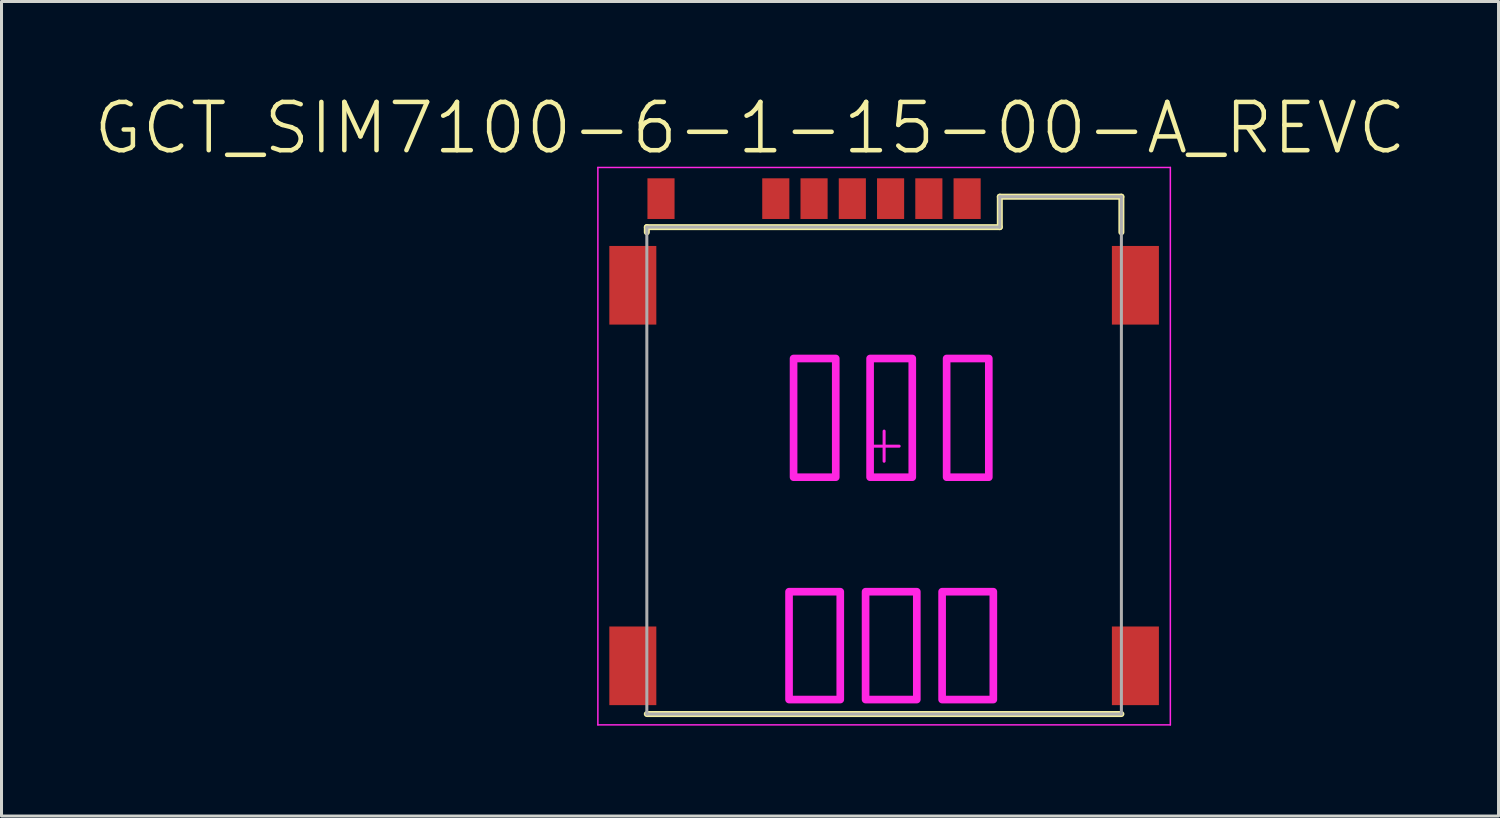
<source format=kicad_pcb>
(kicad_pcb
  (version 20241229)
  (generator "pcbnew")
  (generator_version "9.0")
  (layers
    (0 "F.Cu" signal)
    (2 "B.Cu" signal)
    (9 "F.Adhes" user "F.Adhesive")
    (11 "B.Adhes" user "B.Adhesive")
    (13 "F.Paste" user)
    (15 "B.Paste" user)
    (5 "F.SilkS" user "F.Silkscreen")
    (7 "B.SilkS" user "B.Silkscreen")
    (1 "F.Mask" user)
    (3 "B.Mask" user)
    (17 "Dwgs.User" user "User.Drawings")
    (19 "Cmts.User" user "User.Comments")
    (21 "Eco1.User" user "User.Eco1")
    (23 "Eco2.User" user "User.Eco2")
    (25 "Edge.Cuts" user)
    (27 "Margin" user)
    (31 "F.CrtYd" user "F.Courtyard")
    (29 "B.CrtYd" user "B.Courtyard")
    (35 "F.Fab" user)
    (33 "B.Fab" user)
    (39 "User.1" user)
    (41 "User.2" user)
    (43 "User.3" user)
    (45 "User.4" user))
  (footprint "GCT_SIM7100-6-1-15-00-A_REVC"
    (layer "F.Cu")
    (at 26.293 11.758)
    (property "Reference" "GCT_SIM7100-6-1-15-00-A_REVC" (at -4.45 -10.557 0) (layer "F.SilkS") (effects (font (size 1.602 1.602) (thickness 0.15))))
    (attr smd)
    (fp_line (start -7.875 -7.27) (end 3.84 -7.27) (stroke (width 0.2) (type solid)) (layer "F.SilkS"))
    (fp_line (start -7.875 -7.1) (end -7.875 -7.27) (stroke (width 0.2) (type solid)) (layer "F.SilkS"))
    (fp_line (start -7.875 8.89) (end 7.875 8.89) (stroke (width 0.2) (type solid)) (layer "F.SilkS"))
    (fp_line (start 3.84 -8.28) (end 7.875 -8.28) (stroke (width 0.2) (type solid)) (layer "F.SilkS"))
    (fp_line (start 3.84 -7.27) (end 3.84 -8.28) (stroke (width 0.2) (type solid)) (layer "F.SilkS"))
    (fp_line (start 7.875 -7.1) (end 7.875 -8.28) (stroke (width 0.2) (type solid)) (layer "F.SilkS"))
    (fp_line (start -9.5 -9.25) (end 9.5 -9.25) (stroke (width 0.05) (type solid)) (layer "F.CrtYd"))
    (fp_line (start -9.5 9.25) (end -9.5 -9.25) (stroke (width 0.05) (type solid)) (layer "F.CrtYd"))
    (fp_line (start -9.5 9.25) (end 9.5 9.25) (stroke (width 0.05) (type solid)) (layer "F.CrtYd"))
    (fp_line (start -0.5 0) (end 0.5 0) (stroke (width 0.1) (type solid)) (layer "F.CrtYd"))
    (fp_line (start 0 0.5) (end 0 -0.5) (stroke (width 0.1) (type solid)) (layer "F.CrtYd"))
    (fp_line (start 9.5 9.25) (end 9.5 -9.25) (stroke (width 0.05) (type solid)) (layer "F.CrtYd"))
    (fp_poly (pts (xy -3.155 8.41) (xy -1.455 8.41) (xy -1.455 4.83) (xy -3.155 4.83)) (stroke (width 0.254) (type solid)) (fill no) (layer "F.CrtYd"))
    (fp_poly (pts (xy -3.005 1.03) (xy -1.605 1.03) (xy -1.605 -2.91) (xy -3.005 -2.91)) (stroke (width 0.254) (type solid)) (fill no) (layer "F.CrtYd"))
    (fp_poly (pts (xy -0.615 8.41) (xy 1.085 8.41) (xy 1.085 4.83) (xy -0.615 4.83)) (stroke (width 0.254) (type solid)) (fill no) (layer "F.CrtYd"))
    (fp_poly (pts (xy -0.465 1.03) (xy 0.935 1.03) (xy 0.935 -2.91) (xy -0.465 -2.91)) (stroke (width 0.254) (type solid)) (fill no) (layer "F.CrtYd"))
    (fp_poly (pts (xy 1.925 8.41) (xy 3.625 8.41) (xy 3.625 4.83) (xy 1.925 4.83)) (stroke (width 0.254) (type solid)) (fill no) (layer "F.CrtYd"))
    (fp_poly (pts (xy 2.075 1.03) (xy 3.475 1.03) (xy 3.475 -2.91) (xy 2.075 -2.91)) (stroke (width 0.254) (type solid)) (fill no) (layer "F.CrtYd"))
    (fp_line (start -7.875 -7.27) (end 3.84 -7.27) (stroke (width 0.1) (type solid)) (layer "F.Fab"))
    (fp_line (start -7.875 8.89) (end -7.875 -7.27) (stroke (width 0.1) (type solid)) (layer "F.Fab"))
    (fp_line (start -7.875 8.89) (end 7.875 8.89) (stroke (width 0.1) (type solid)) (layer "F.Fab"))
    (fp_line (start 3.84 -8.28) (end 7.875 -8.28) (stroke (width 0.1) (type solid)) (layer "F.Fab"))
    (fp_line (start 3.84 -7.27) (end 3.84 -8.28) (stroke (width 0.1) (type solid)) (layer "F.Fab"))
    (fp_line (start 7.875 8.89) (end 7.875 -8.28) (stroke (width 0.1) (type solid)) (layer "F.Fab"))
    (pad "1" smd rect (at -8.34 -5.34) (size 1.56 2.61) (layers "F.Cu" "F.Mask" "F.Paste"))
    (pad "2" smd rect (at -8.34 7.29) (size 1.56 2.61) (layers "F.Cu" "F.Mask" "F.Paste"))
    (pad "3" smd rect (at 8.34 7.29) (size 1.56 2.61) (layers "F.Cu" "F.Mask" "F.Paste"))
    (pad "4" smd rect (at 8.34 -5.34) (size 1.56 2.61) (layers "F.Cu" "F.Mask" "F.Paste"))
    (pad "C1" smd rect (at 2.755 -8.215) (size 0.9 1.35) (layers "F.Cu" "F.Mask" "F.Paste"))
    (pad "C2" smd rect (at 0.215 -8.215) (size 0.9 1.35) (layers "F.Cu" "F.Mask" "F.Paste"))
    (pad "C3" smd rect (at -2.325 -8.215) (size 0.9 1.35) (layers "F.Cu" "F.Mask" "F.Paste"))
    (pad "C5" smd rect (at 1.485 -8.215) (size 0.9 1.35) (layers "F.Cu" "F.Mask" "F.Paste"))
    (pad "C6" smd rect (at -1.055 -8.215) (size 0.9 1.35) (layers "F.Cu" "F.Mask" "F.Paste"))
    (pad "C7" smd rect (at -3.595 -8.215) (size 0.9 1.35) (layers "F.Cu" "F.Mask" "F.Paste"))
    (pad "CD" smd rect (at -7.405 -8.215) (size 0.9 1.35) (layers "F.Cu" "F.Mask" "F.Paste")))
  (gr_rect
    (start -3 -3)
    (end 46.685 24.033)
    (stroke (width 0.1) (type default))
    (fill no)
    (layer "Edge.Cuts")))
</source>
